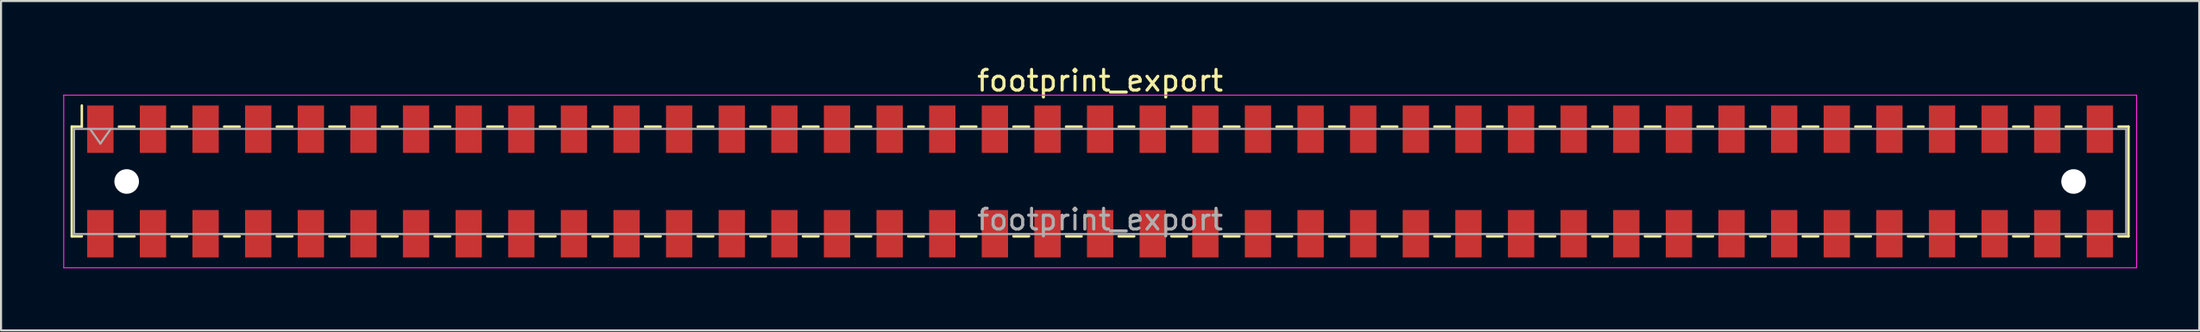
<source format=kicad_pcb>
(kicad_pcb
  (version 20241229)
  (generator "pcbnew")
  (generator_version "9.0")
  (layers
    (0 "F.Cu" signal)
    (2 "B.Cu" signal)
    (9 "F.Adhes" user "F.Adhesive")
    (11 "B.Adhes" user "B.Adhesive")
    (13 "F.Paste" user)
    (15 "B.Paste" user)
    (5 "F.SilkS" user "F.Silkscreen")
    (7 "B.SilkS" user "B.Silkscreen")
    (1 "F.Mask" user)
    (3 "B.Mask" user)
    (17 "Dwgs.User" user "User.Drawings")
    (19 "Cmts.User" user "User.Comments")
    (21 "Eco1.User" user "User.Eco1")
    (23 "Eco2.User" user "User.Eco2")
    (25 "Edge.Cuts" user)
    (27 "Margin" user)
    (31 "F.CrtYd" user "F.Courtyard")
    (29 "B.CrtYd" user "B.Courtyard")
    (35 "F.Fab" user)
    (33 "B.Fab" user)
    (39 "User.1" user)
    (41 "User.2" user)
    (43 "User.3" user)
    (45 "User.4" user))
  (footprint "footprint_export"
    (layer "F.Cu")
    (at 50.055 5.718)
    (property "Reference" "footprint_export" (at 0 -4.87 0) (layer "F.SilkS") (effects (font (size 1 1) (thickness 0.15))))
    (attr smd)
    (fp_line (start -49.64 -2.65) (end -49.64 2.65) (stroke (width 0.12) (type solid)) (layer "F.SilkS"))
    (fp_line (start -49.64 2.65) (end -49.155 2.65) (stroke (width 0.12) (type solid)) (layer "F.SilkS"))
    (fp_line (start -49.155 -3.67) (end -49.155 -2.65) (stroke (width 0.12) (type solid)) (layer "F.SilkS"))
    (fp_line (start -49.155 -2.65) (end -49.64 -2.65) (stroke (width 0.12) (type solid)) (layer "F.SilkS"))
    (fp_line (start -47.365 -2.65) (end -46.615 -2.65) (stroke (width 0.12) (type solid)) (layer "F.SilkS"))
    (fp_line (start -47.365 2.65) (end -46.615 2.65) (stroke (width 0.12) (type solid)) (layer "F.SilkS"))
    (fp_line (start -44.825 -2.65) (end -44.075 -2.65) (stroke (width 0.12) (type solid)) (layer "F.SilkS"))
    (fp_line (start -44.825 2.65) (end -44.075 2.65) (stroke (width 0.12) (type solid)) (layer "F.SilkS"))
    (fp_line (start -42.285 -2.65) (end -41.535 -2.65) (stroke (width 0.12) (type solid)) (layer "F.SilkS"))
    (fp_line (start -42.285 2.65) (end -41.535 2.65) (stroke (width 0.12) (type solid)) (layer "F.SilkS"))
    (fp_line (start -39.745 -2.65) (end -38.995 -2.65) (stroke (width 0.12) (type solid)) (layer "F.SilkS"))
    (fp_line (start -39.745 2.65) (end -38.995 2.65) (stroke (width 0.12) (type solid)) (layer "F.SilkS"))
    (fp_line (start -37.205 -2.65) (end -36.455 -2.65) (stroke (width 0.12) (type solid)) (layer "F.SilkS"))
    (fp_line (start -37.205 2.65) (end -36.455 2.65) (stroke (width 0.12) (type solid)) (layer "F.SilkS"))
    (fp_line (start -34.665 -2.65) (end -33.915 -2.65) (stroke (width 0.12) (type solid)) (layer "F.SilkS"))
    (fp_line (start -34.665 2.65) (end -33.915 2.65) (stroke (width 0.12) (type solid)) (layer "F.SilkS"))
    (fp_line (start -32.125 -2.65) (end -31.375 -2.65) (stroke (width 0.12) (type solid)) (layer "F.SilkS"))
    (fp_line (start -32.125 2.65) (end -31.375 2.65) (stroke (width 0.12) (type solid)) (layer "F.SilkS"))
    (fp_line (start -29.585 -2.65) (end -28.835 -2.65) (stroke (width 0.12) (type solid)) (layer "F.SilkS"))
    (fp_line (start -29.585 2.65) (end -28.835 2.65) (stroke (width 0.12) (type solid)) (layer "F.SilkS"))
    (fp_line (start -27.045 -2.65) (end -26.295 -2.65) (stroke (width 0.12) (type solid)) (layer "F.SilkS"))
    (fp_line (start -27.045 2.65) (end -26.295 2.65) (stroke (width 0.12) (type solid)) (layer "F.SilkS"))
    (fp_line (start -24.505 -2.65) (end -23.755 -2.65) (stroke (width 0.12) (type solid)) (layer "F.SilkS"))
    (fp_line (start -24.505 2.65) (end -23.755 2.65) (stroke (width 0.12) (type solid)) (layer "F.SilkS"))
    (fp_line (start -21.965 -2.65) (end -21.215 -2.65) (stroke (width 0.12) (type solid)) (layer "F.SilkS"))
    (fp_line (start -21.965 2.65) (end -21.215 2.65) (stroke (width 0.12) (type solid)) (layer "F.SilkS"))
    (fp_line (start -19.425 -2.65) (end -18.675 -2.65) (stroke (width 0.12) (type solid)) (layer "F.SilkS"))
    (fp_line (start -19.425 2.65) (end -18.675 2.65) (stroke (width 0.12) (type solid)) (layer "F.SilkS"))
    (fp_line (start -16.885 -2.65) (end -16.135 -2.65) (stroke (width 0.12) (type solid)) (layer "F.SilkS"))
    (fp_line (start -16.885 2.65) (end -16.135 2.65) (stroke (width 0.12) (type solid)) (layer "F.SilkS"))
    (fp_line (start -14.345 -2.65) (end -13.595 -2.65) (stroke (width 0.12) (type solid)) (layer "F.SilkS"))
    (fp_line (start -14.345 2.65) (end -13.595 2.65) (stroke (width 0.12) (type solid)) (layer "F.SilkS"))
    (fp_line (start -11.805 -2.65) (end -11.055 -2.65) (stroke (width 0.12) (type solid)) (layer "F.SilkS"))
    (fp_line (start -11.805 2.65) (end -11.055 2.65) (stroke (width 0.12) (type solid)) (layer "F.SilkS"))
    (fp_line (start -9.265 -2.65) (end -8.515 -2.65) (stroke (width 0.12) (type solid)) (layer "F.SilkS"))
    (fp_line (start -9.265 2.65) (end -8.515 2.65) (stroke (width 0.12) (type solid)) (layer "F.SilkS"))
    (fp_line (start -6.725 -2.65) (end -5.975 -2.65) (stroke (width 0.12) (type solid)) (layer "F.SilkS"))
    (fp_line (start -6.725 2.65) (end -5.975 2.65) (stroke (width 0.12) (type solid)) (layer "F.SilkS"))
    (fp_line (start -4.185 -2.65) (end -3.435 -2.65) (stroke (width 0.12) (type solid)) (layer "F.SilkS"))
    (fp_line (start -4.185 2.65) (end -3.435 2.65) (stroke (width 0.12) (type solid)) (layer "F.SilkS"))
    (fp_line (start -1.645 -2.65) (end -0.895 -2.65) (stroke (width 0.12) (type solid)) (layer "F.SilkS"))
    (fp_line (start -1.645 2.65) (end -0.895 2.65) (stroke (width 0.12) (type solid)) (layer "F.SilkS"))
    (fp_line (start 0.895 -2.65) (end 1.645 -2.65) (stroke (width 0.12) (type solid)) (layer "F.SilkS"))
    (fp_line (start 0.895 2.65) (end 1.645 2.65) (stroke (width 0.12) (type solid)) (layer "F.SilkS"))
    (fp_line (start 3.435 -2.65) (end 4.185 -2.65) (stroke (width 0.12) (type solid)) (layer "F.SilkS"))
    (fp_line (start 3.435 2.65) (end 4.185 2.65) (stroke (width 0.12) (type solid)) (layer "F.SilkS"))
    (fp_line (start 5.975 -2.65) (end 6.725 -2.65) (stroke (width 0.12) (type solid)) (layer "F.SilkS"))
    (fp_line (start 5.975 2.65) (end 6.725 2.65) (stroke (width 0.12) (type solid)) (layer "F.SilkS"))
    (fp_line (start 8.515 -2.65) (end 9.265 -2.65) (stroke (width 0.12) (type solid)) (layer "F.SilkS"))
    (fp_line (start 8.515 2.65) (end 9.265 2.65) (stroke (width 0.12) (type solid)) (layer "F.SilkS"))
    (fp_line (start 11.055 -2.65) (end 11.805 -2.65) (stroke (width 0.12) (type solid)) (layer "F.SilkS"))
    (fp_line (start 11.055 2.65) (end 11.805 2.65) (stroke (width 0.12) (type solid)) (layer "F.SilkS"))
    (fp_line (start 13.595 -2.65) (end 14.345 -2.65) (stroke (width 0.12) (type solid)) (layer "F.SilkS"))
    (fp_line (start 13.595 2.65) (end 14.345 2.65) (stroke (width 0.12) (type solid)) (layer "F.SilkS"))
    (fp_line (start 16.135 -2.65) (end 16.885 -2.65) (stroke (width 0.12) (type solid)) (layer "F.SilkS"))
    (fp_line (start 16.135 2.65) (end 16.885 2.65) (stroke (width 0.12) (type solid)) (layer "F.SilkS"))
    (fp_line (start 18.675 -2.65) (end 19.425 -2.65) (stroke (width 0.12) (type solid)) (layer "F.SilkS"))
    (fp_line (start 18.675 2.65) (end 19.425 2.65) (stroke (width 0.12) (type solid)) (layer "F.SilkS"))
    (fp_line (start 21.215 -2.65) (end 21.965 -2.65) (stroke (width 0.12) (type solid)) (layer "F.SilkS"))
    (fp_line (start 21.215 2.65) (end 21.965 2.65) (stroke (width 0.12) (type solid)) (layer "F.SilkS"))
    (fp_line (start 23.755 -2.65) (end 24.505 -2.65) (stroke (width 0.12) (type solid)) (layer "F.SilkS"))
    (fp_line (start 23.755 2.65) (end 24.505 2.65) (stroke (width 0.12) (type solid)) (layer "F.SilkS"))
    (fp_line (start 26.295 -2.65) (end 27.045 -2.65) (stroke (width 0.12) (type solid)) (layer "F.SilkS"))
    (fp_line (start 26.295 2.65) (end 27.045 2.65) (stroke (width 0.12) (type solid)) (layer "F.SilkS"))
    (fp_line (start 28.835 -2.65) (end 29.585 -2.65) (stroke (width 0.12) (type solid)) (layer "F.SilkS"))
    (fp_line (start 28.835 2.65) (end 29.585 2.65) (stroke (width 0.12) (type solid)) (layer "F.SilkS"))
    (fp_line (start 31.375 -2.65) (end 32.125 -2.65) (stroke (width 0.12) (type solid)) (layer "F.SilkS"))
    (fp_line (start 31.375 2.65) (end 32.125 2.65) (stroke (width 0.12) (type solid)) (layer "F.SilkS"))
    (fp_line (start 33.915 -2.65) (end 34.665 -2.65) (stroke (width 0.12) (type solid)) (layer "F.SilkS"))
    (fp_line (start 33.915 2.65) (end 34.665 2.65) (stroke (width 0.12) (type solid)) (layer "F.SilkS"))
    (fp_line (start 36.455 -2.65) (end 37.205 -2.65) (stroke (width 0.12) (type solid)) (layer "F.SilkS"))
    (fp_line (start 36.455 2.65) (end 37.205 2.65) (stroke (width 0.12) (type solid)) (layer "F.SilkS"))
    (fp_line (start 38.995 -2.65) (end 39.745 -2.65) (stroke (width 0.12) (type solid)) (layer "F.SilkS"))
    (fp_line (start 38.995 2.65) (end 39.745 2.65) (stroke (width 0.12) (type solid)) (layer "F.SilkS"))
    (fp_line (start 41.535 -2.65) (end 42.285 -2.65) (stroke (width 0.12) (type solid)) (layer "F.SilkS"))
    (fp_line (start 41.535 2.65) (end 42.285 2.65) (stroke (width 0.12) (type solid)) (layer "F.SilkS"))
    (fp_line (start 44.075 -2.65) (end 44.825 -2.65) (stroke (width 0.12) (type solid)) (layer "F.SilkS"))
    (fp_line (start 44.075 2.65) (end 44.825 2.65) (stroke (width 0.12) (type solid)) (layer "F.SilkS"))
    (fp_line (start 46.615 -2.65) (end 47.365 -2.65) (stroke (width 0.12) (type solid)) (layer "F.SilkS"))
    (fp_line (start 46.615 2.65) (end 47.365 2.65) (stroke (width 0.12) (type solid)) (layer "F.SilkS"))
    (fp_line (start 49.155 -2.65) (end 49.64 -2.65) (stroke (width 0.12) (type solid)) (layer "F.SilkS"))
    (fp_line (start 49.64 -2.65) (end 49.64 2.65) (stroke (width 0.12) (type solid)) (layer "F.SilkS"))
    (fp_line (start 49.64 2.65) (end 49.155 2.65) (stroke (width 0.12) (type solid)) (layer "F.SilkS"))
    (fp_line (start -50.03 -4.17) (end 50.03 -4.17) (stroke (width 0.05) (type solid)) (layer "F.CrtYd"))
    (fp_line (start -50.03 4.17) (end -50.03 -4.17) (stroke (width 0.05) (type solid)) (layer "F.CrtYd"))
    (fp_line (start 50.03 -4.17) (end 50.03 4.17) (stroke (width 0.05) (type solid)) (layer "F.CrtYd"))
    (fp_line (start 50.03 4.17) (end -50.03 4.17) (stroke (width 0.05) (type solid)) (layer "F.CrtYd"))
    (fp_line (start -49.53 -2.54) (end 49.53 -2.54) (stroke (width 0.1) (type solid)) (layer "F.Fab"))
    (fp_line (start -49.53 2.54) (end -49.53 -2.54) (stroke (width 0.1) (type solid)) (layer "F.Fab"))
    (fp_line (start -48.76 -2.54) (end -48.26 -1.833) (stroke (width 0.1) (type solid)) (layer "F.Fab"))
    (fp_line (start -48.26 -1.833) (end -47.76 -2.54) (stroke (width 0.1) (type solid)) (layer "F.Fab"))
    (fp_line (start 49.53 -2.54) (end 49.53 2.54) (stroke (width 0.1) (type solid)) (layer "F.Fab"))
    (fp_line (start 49.53 2.54) (end -49.53 2.54) (stroke (width 0.1) (type solid)) (layer "F.Fab"))
    (fp_text user "${REFERENCE}" (at 0 1.84 0) (layer "F.Fab") (effects (font (size 1 1) (thickness 0.15))))
    (pad "" np_thru_hole circle (at -46.99 0) (size 1.19 1.19) (drill 1.19) (layers "*.Cu" "*.Mask"))
    (pad "" np_thru_hole circle (at 46.99 0) (size 1.19 1.19) (drill 1.19) (layers "*.Cu" "*.Mask"))
    (pad "1" smd rect (at -48.26 -2.525) (size 1.27 2.29) (layers "F.Cu" "F.Mask" "F.Paste"))
    (pad "2" smd rect (at -48.26 2.525) (size 1.27 2.29) (layers "F.Cu" "F.Mask" "F.Paste"))
    (pad "3" smd rect (at -45.72 -2.525) (size 1.27 2.29) (layers "F.Cu" "F.Mask" "F.Paste"))
    (pad "4" smd rect (at -45.72 2.525) (size 1.27 2.29) (layers "F.Cu" "F.Mask" "F.Paste"))
    (pad "5" smd rect (at -43.18 -2.525) (size 1.27 2.29) (layers "F.Cu" "F.Mask" "F.Paste"))
    (pad "6" smd rect (at -43.18 2.525) (size 1.27 2.29) (layers "F.Cu" "F.Mask" "F.Paste"))
    (pad "7" smd rect (at -40.64 -2.525) (size 1.27 2.29) (layers "F.Cu" "F.Mask" "F.Paste"))
    (pad "8" smd rect (at -40.64 2.525) (size 1.27 2.29) (layers "F.Cu" "F.Mask" "F.Paste"))
    (pad "9" smd rect (at -38.1 -2.525) (size 1.27 2.29) (layers "F.Cu" "F.Mask" "F.Paste"))
    (pad "10" smd rect (at -38.1 2.525) (size 1.27 2.29) (layers "F.Cu" "F.Mask" "F.Paste"))
    (pad "11" smd rect (at -35.56 -2.525) (size 1.27 2.29) (layers "F.Cu" "F.Mask" "F.Paste"))
    (pad "12" smd rect (at -35.56 2.525) (size 1.27 2.29) (layers "F.Cu" "F.Mask" "F.Paste"))
    (pad "13" smd rect (at -33.02 -2.525) (size 1.27 2.29) (layers "F.Cu" "F.Mask" "F.Paste"))
    (pad "14" smd rect (at -33.02 2.525) (size 1.27 2.29) (layers "F.Cu" "F.Mask" "F.Paste"))
    (pad "15" smd rect (at -30.48 -2.525) (size 1.27 2.29) (layers "F.Cu" "F.Mask" "F.Paste"))
    (pad "16" smd rect (at -30.48 2.525) (size 1.27 2.29) (layers "F.Cu" "F.Mask" "F.Paste"))
    (pad "17" smd rect (at -27.94 -2.525) (size 1.27 2.29) (layers "F.Cu" "F.Mask" "F.Paste"))
    (pad "18" smd rect (at -27.94 2.525) (size 1.27 2.29) (layers "F.Cu" "F.Mask" "F.Paste"))
    (pad "19" smd rect (at -25.4 -2.525) (size 1.27 2.29) (layers "F.Cu" "F.Mask" "F.Paste"))
    (pad "20" smd rect (at -25.4 2.525) (size 1.27 2.29) (layers "F.Cu" "F.Mask" "F.Paste"))
    (pad "21" smd rect (at -22.86 -2.525) (size 1.27 2.29) (layers "F.Cu" "F.Mask" "F.Paste"))
    (pad "22" smd rect (at -22.86 2.525) (size 1.27 2.29) (layers "F.Cu" "F.Mask" "F.Paste"))
    (pad "23" smd rect (at -20.32 -2.525) (size 1.27 2.29) (layers "F.Cu" "F.Mask" "F.Paste"))
    (pad "24" smd rect (at -20.32 2.525) (size 1.27 2.29) (layers "F.Cu" "F.Mask" "F.Paste"))
    (pad "25" smd rect (at -17.78 -2.525) (size 1.27 2.29) (layers "F.Cu" "F.Mask" "F.Paste"))
    (pad "26" smd rect (at -17.78 2.525) (size 1.27 2.29) (layers "F.Cu" "F.Mask" "F.Paste"))
    (pad "27" smd rect (at -15.24 -2.525) (size 1.27 2.29) (layers "F.Cu" "F.Mask" "F.Paste"))
    (pad "28" smd rect (at -15.24 2.525) (size 1.27 2.29) (layers "F.Cu" "F.Mask" "F.Paste"))
    (pad "29" smd rect (at -12.7 -2.525) (size 1.27 2.29) (layers "F.Cu" "F.Mask" "F.Paste"))
    (pad "30" smd rect (at -12.7 2.525) (size 1.27 2.29) (layers "F.Cu" "F.Mask" "F.Paste"))
    (pad "31" smd rect (at -10.16 -2.525) (size 1.27 2.29) (layers "F.Cu" "F.Mask" "F.Paste"))
    (pad "32" smd rect (at -10.16 2.525) (size 1.27 2.29) (layers "F.Cu" "F.Mask" "F.Paste"))
    (pad "33" smd rect (at -7.62 -2.525) (size 1.27 2.29) (layers "F.Cu" "F.Mask" "F.Paste"))
    (pad "34" smd rect (at -7.62 2.525) (size 1.27 2.29) (layers "F.Cu" "F.Mask" "F.Paste"))
    (pad "35" smd rect (at -5.08 -2.525) (size 1.27 2.29) (layers "F.Cu" "F.Mask" "F.Paste"))
    (pad "36" smd rect (at -5.08 2.525) (size 1.27 2.29) (layers "F.Cu" "F.Mask" "F.Paste"))
    (pad "37" smd rect (at -2.54 -2.525) (size 1.27 2.29) (layers "F.Cu" "F.Mask" "F.Paste"))
    (pad "38" smd rect (at -2.54 2.525) (size 1.27 2.29) (layers "F.Cu" "F.Mask" "F.Paste"))
    (pad "39" smd rect (at 0 -2.525) (size 1.27 2.29) (layers "F.Cu" "F.Mask" "F.Paste"))
    (pad "40" smd rect (at 0 2.525) (size 1.27 2.29) (layers "F.Cu" "F.Mask" "F.Paste"))
    (pad "41" smd rect (at 2.54 -2.525) (size 1.27 2.29) (layers "F.Cu" "F.Mask" "F.Paste"))
    (pad "42" smd rect (at 2.54 2.525) (size 1.27 2.29) (layers "F.Cu" "F.Mask" "F.Paste"))
    (pad "43" smd rect (at 5.08 -2.525) (size 1.27 2.29) (layers "F.Cu" "F.Mask" "F.Paste"))
    (pad "44" smd rect (at 5.08 2.525) (size 1.27 2.29) (layers "F.Cu" "F.Mask" "F.Paste"))
    (pad "45" smd rect (at 7.62 -2.525) (size 1.27 2.29) (layers "F.Cu" "F.Mask" "F.Paste"))
    (pad "46" smd rect (at 7.62 2.525) (size 1.27 2.29) (layers "F.Cu" "F.Mask" "F.Paste"))
    (pad "47" smd rect (at 10.16 -2.525) (size 1.27 2.29) (layers "F.Cu" "F.Mask" "F.Paste"))
    (pad "48" smd rect (at 10.16 2.525) (size 1.27 2.29) (layers "F.Cu" "F.Mask" "F.Paste"))
    (pad "49" smd rect (at 12.7 -2.525) (size 1.27 2.29) (layers "F.Cu" "F.Mask" "F.Paste"))
    (pad "50" smd rect (at 12.7 2.525) (size 1.27 2.29) (layers "F.Cu" "F.Mask" "F.Paste"))
    (pad "51" smd rect (at 15.24 -2.525) (size 1.27 2.29) (layers "F.Cu" "F.Mask" "F.Paste"))
    (pad "52" smd rect (at 15.24 2.525) (size 1.27 2.29) (layers "F.Cu" "F.Mask" "F.Paste"))
    (pad "53" smd rect (at 17.78 -2.525) (size 1.27 2.29) (layers "F.Cu" "F.Mask" "F.Paste"))
    (pad "54" smd rect (at 17.78 2.525) (size 1.27 2.29) (layers "F.Cu" "F.Mask" "F.Paste"))
    (pad "55" smd rect (at 20.32 -2.525) (size 1.27 2.29) (layers "F.Cu" "F.Mask" "F.Paste"))
    (pad "56" smd rect (at 20.32 2.525) (size 1.27 2.29) (layers "F.Cu" "F.Mask" "F.Paste"))
    (pad "57" smd rect (at 22.86 -2.525) (size 1.27 2.29) (layers "F.Cu" "F.Mask" "F.Paste"))
    (pad "58" smd rect (at 22.86 2.525) (size 1.27 2.29) (layers "F.Cu" "F.Mask" "F.Paste"))
    (pad "59" smd rect (at 25.4 -2.525) (size 1.27 2.29) (layers "F.Cu" "F.Mask" "F.Paste"))
    (pad "60" smd rect (at 25.4 2.525) (size 1.27 2.29) (layers "F.Cu" "F.Mask" "F.Paste"))
    (pad "61" smd rect (at 27.94 -2.525) (size 1.27 2.29) (layers "F.Cu" "F.Mask" "F.Paste"))
    (pad "62" smd rect (at 27.94 2.525) (size 1.27 2.29) (layers "F.Cu" "F.Mask" "F.Paste"))
    (pad "63" smd rect (at 30.48 -2.525) (size 1.27 2.29) (layers "F.Cu" "F.Mask" "F.Paste"))
    (pad "64" smd rect (at 30.48 2.525) (size 1.27 2.29) (layers "F.Cu" "F.Mask" "F.Paste"))
    (pad "65" smd rect (at 33.02 -2.525) (size 1.27 2.29) (layers "F.Cu" "F.Mask" "F.Paste"))
    (pad "66" smd rect (at 33.02 2.525) (size 1.27 2.29) (layers "F.Cu" "F.Mask" "F.Paste"))
    (pad "67" smd rect (at 35.56 -2.525) (size 1.27 2.29) (layers "F.Cu" "F.Mask" "F.Paste"))
    (pad "68" smd rect (at 35.56 2.525) (size 1.27 2.29) (layers "F.Cu" "F.Mask" "F.Paste"))
    (pad "69" smd rect (at 38.1 -2.525) (size 1.27 2.29) (layers "F.Cu" "F.Mask" "F.Paste"))
    (pad "70" smd rect (at 38.1 2.525) (size 1.27 2.29) (layers "F.Cu" "F.Mask" "F.Paste"))
    (pad "71" smd rect (at 40.64 -2.525) (size 1.27 2.29) (layers "F.Cu" "F.Mask" "F.Paste"))
    (pad "72" smd rect (at 40.64 2.525) (size 1.27 2.29) (layers "F.Cu" "F.Mask" "F.Paste"))
    (pad "73" smd rect (at 43.18 -2.525) (size 1.27 2.29) (layers "F.Cu" "F.Mask" "F.Paste"))
    (pad "74" smd rect (at 43.18 2.525) (size 1.27 2.29) (layers "F.Cu" "F.Mask" "F.Paste"))
    (pad "75" smd rect (at 45.72 -2.525) (size 1.27 2.29) (layers "F.Cu" "F.Mask" "F.Paste"))
    (pad "76" smd rect (at 45.72 2.525) (size 1.27 2.29) (layers "F.Cu" "F.Mask" "F.Paste"))
    (pad "77" smd rect (at 48.26 -2.525) (size 1.27 2.29) (layers "F.Cu" "F.Mask" "F.Paste"))
    (pad "78" smd rect (at 48.26 2.525) (size 1.27 2.29) (layers "F.Cu" "F.Mask" "F.Paste")))
  (gr_rect
    (start -3 -3)
    (end 103.11 12.913)
    (stroke (width 0.1) (type default))
    (fill no)
    (layer "Edge.Cuts")))
</source>
